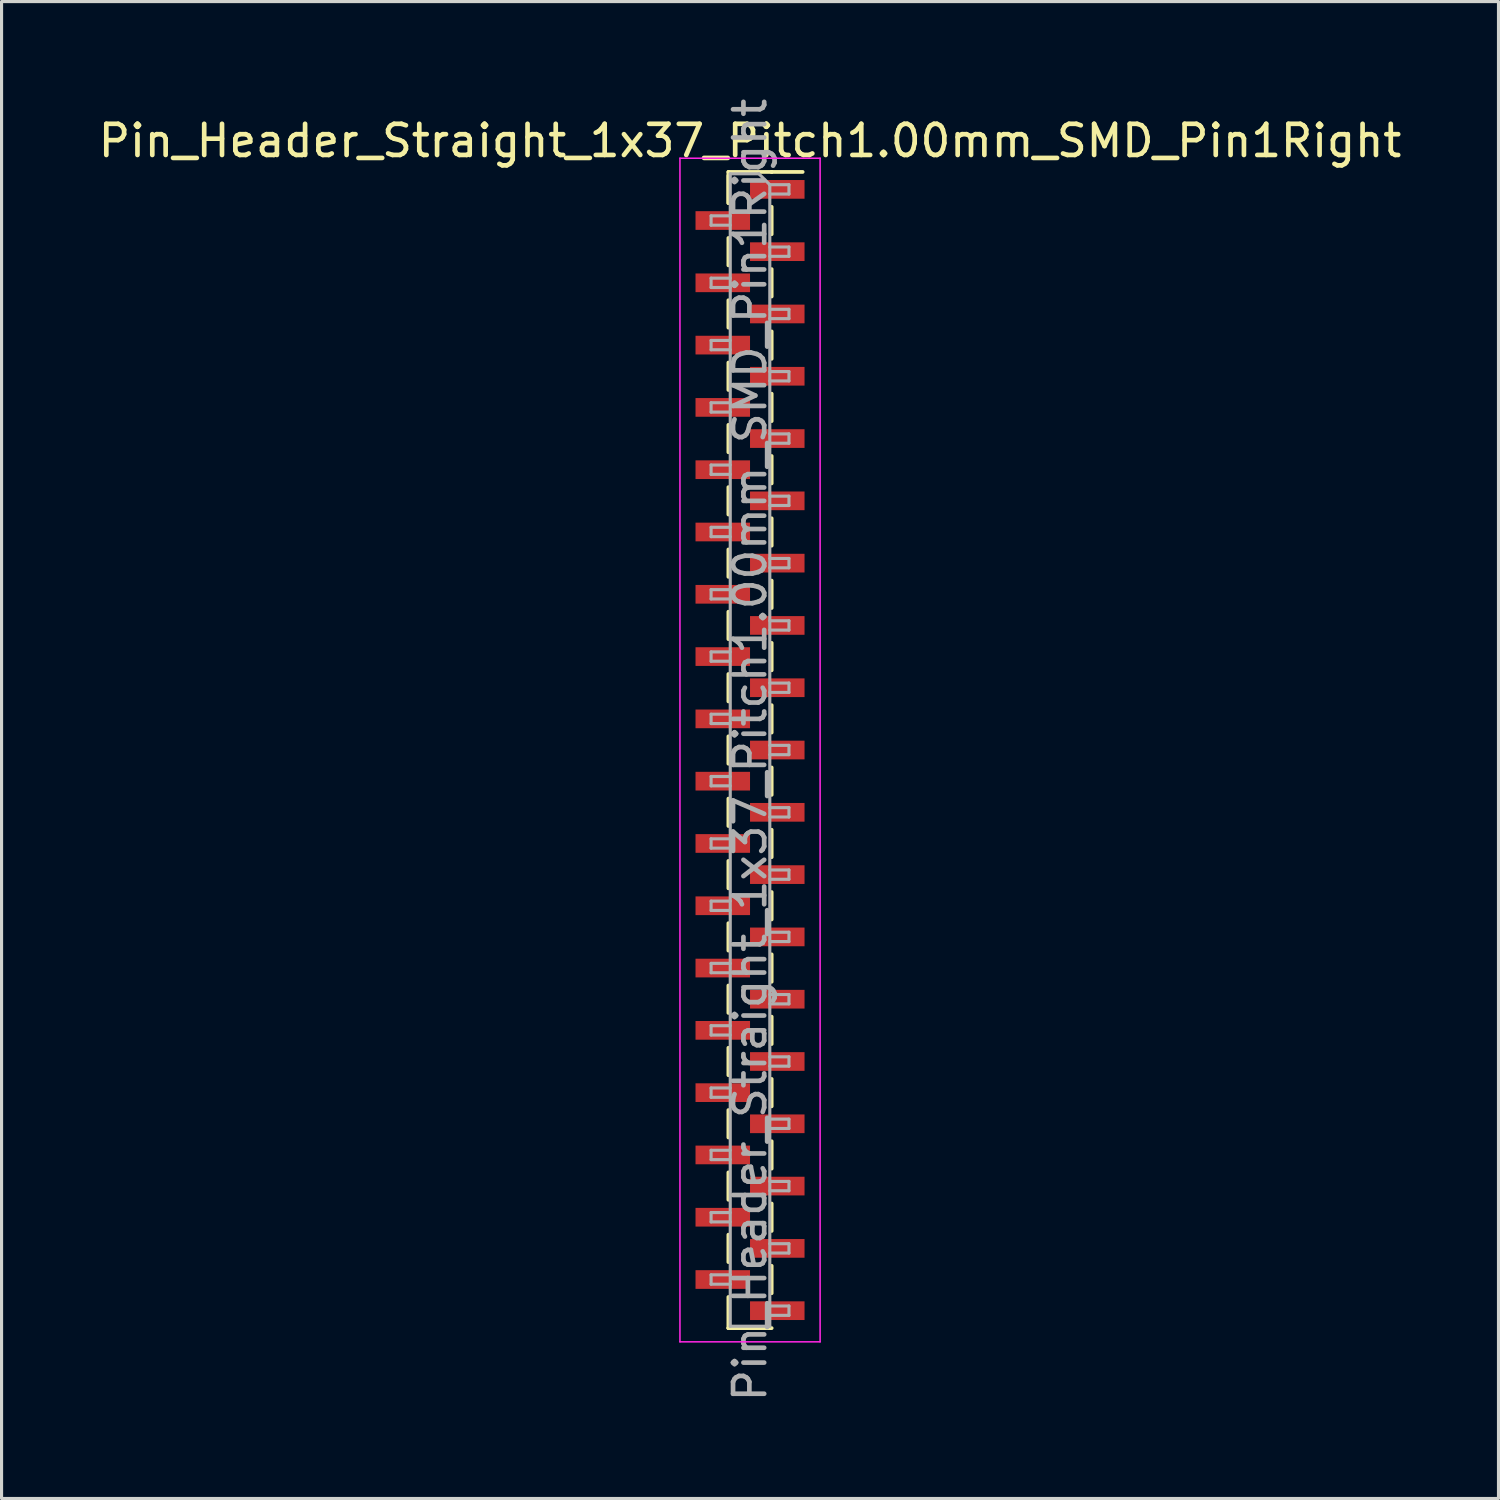
<source format=kicad_pcb>
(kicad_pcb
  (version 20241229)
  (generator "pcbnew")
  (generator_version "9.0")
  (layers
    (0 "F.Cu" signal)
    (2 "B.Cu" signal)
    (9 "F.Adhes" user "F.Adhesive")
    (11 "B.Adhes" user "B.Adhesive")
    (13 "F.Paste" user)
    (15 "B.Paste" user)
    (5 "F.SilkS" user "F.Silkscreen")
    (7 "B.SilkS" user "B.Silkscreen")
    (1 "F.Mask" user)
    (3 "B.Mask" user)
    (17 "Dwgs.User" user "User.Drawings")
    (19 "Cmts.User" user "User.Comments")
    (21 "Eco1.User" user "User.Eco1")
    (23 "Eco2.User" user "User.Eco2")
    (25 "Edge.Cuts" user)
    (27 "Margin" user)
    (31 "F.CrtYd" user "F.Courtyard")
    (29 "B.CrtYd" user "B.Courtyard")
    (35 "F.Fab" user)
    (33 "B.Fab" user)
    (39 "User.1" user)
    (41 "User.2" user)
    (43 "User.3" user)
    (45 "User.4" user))
  (footprint "Pin_Header_Straight_1x37_Pitch1.00mm_SMD_Pin1Right"
    (layer "F.Cu")
    (at 21.03 21.03)
    (property "Reference" "Pin_Header_Straight_1x37_Pitch1.00mm_SMD_Pin1Right" (at 0 -19.56 0) (layer "F.SilkS") (effects (font (size 1 1) (thickness 0.15))))
    (attr smd)
    (fp_line (start -0.695 -18.56) (end -0.695 -17.56) (stroke (width 0.12) (type solid)) (layer "F.SilkS"))
    (fp_line (start -0.695 -18.56) (end 0.695 -18.56) (stroke (width 0.12) (type solid)) (layer "F.SilkS"))
    (fp_line (start -0.695 -18.44) (end -0.695 -17.56) (stroke (width 0.12) (type solid)) (layer "F.SilkS"))
    (fp_line (start -0.695 -16.44) (end -0.695 -15.56) (stroke (width 0.12) (type solid)) (layer "F.SilkS"))
    (fp_line (start -0.695 -14.44) (end -0.695 -13.56) (stroke (width 0.12) (type solid)) (layer "F.SilkS"))
    (fp_line (start -0.695 -12.44) (end -0.695 -11.56) (stroke (width 0.12) (type solid)) (layer "F.SilkS"))
    (fp_line (start -0.695 -10.44) (end -0.695 -9.56) (stroke (width 0.12) (type solid)) (layer "F.SilkS"))
    (fp_line (start -0.695 -8.44) (end -0.695 -7.56) (stroke (width 0.12) (type solid)) (layer "F.SilkS"))
    (fp_line (start -0.695 -6.44) (end -0.695 -5.56) (stroke (width 0.12) (type solid)) (layer "F.SilkS"))
    (fp_line (start -0.695 -4.44) (end -0.695 -3.56) (stroke (width 0.12) (type solid)) (layer "F.SilkS"))
    (fp_line (start -0.695 -2.44) (end -0.695 -1.56) (stroke (width 0.12) (type solid)) (layer "F.SilkS"))
    (fp_line (start -0.695 -0.44) (end -0.695 0.44) (stroke (width 0.12) (type solid)) (layer "F.SilkS"))
    (fp_line (start -0.695 1.56) (end -0.695 2.44) (stroke (width 0.12) (type solid)) (layer "F.SilkS"))
    (fp_line (start -0.695 3.56) (end -0.695 4.44) (stroke (width 0.12) (type solid)) (layer "F.SilkS"))
    (fp_line (start -0.695 5.56) (end -0.695 6.44) (stroke (width 0.12) (type solid)) (layer "F.SilkS"))
    (fp_line (start -0.695 7.56) (end -0.695 8.44) (stroke (width 0.12) (type solid)) (layer "F.SilkS"))
    (fp_line (start -0.695 9.56) (end -0.695 10.44) (stroke (width 0.12) (type solid)) (layer "F.SilkS"))
    (fp_line (start -0.695 11.56) (end -0.695 12.44) (stroke (width 0.12) (type solid)) (layer "F.SilkS"))
    (fp_line (start -0.695 13.56) (end -0.695 14.44) (stroke (width 0.12) (type solid)) (layer "F.SilkS"))
    (fp_line (start -0.695 15.56) (end -0.695 16.44) (stroke (width 0.12) (type solid)) (layer "F.SilkS"))
    (fp_line (start -0.695 17.56) (end -0.695 18.56) (stroke (width 0.12) (type solid)) (layer "F.SilkS"))
    (fp_line (start -0.695 18.56) (end -0.695 18.56) (stroke (width 0.12) (type solid)) (layer "F.SilkS"))
    (fp_line (start -0.695 18.56) (end 0.695 18.56) (stroke (width 0.12) (type solid)) (layer "F.SilkS"))
    (fp_line (start 0.695 -18.56) (end 0.695 -18.56) (stroke (width 0.12) (type solid)) (layer "F.SilkS"))
    (fp_line (start 0.695 -18.56) (end 1.69 -18.56) (stroke (width 0.12) (type solid)) (layer "F.SilkS"))
    (fp_line (start 0.695 -17.44) (end 0.695 -16.56) (stroke (width 0.12) (type solid)) (layer "F.SilkS"))
    (fp_line (start 0.695 -15.44) (end 0.695 -14.56) (stroke (width 0.12) (type solid)) (layer "F.SilkS"))
    (fp_line (start 0.695 -13.44) (end 0.695 -12.56) (stroke (width 0.12) (type solid)) (layer "F.SilkS"))
    (fp_line (start 0.695 -11.44) (end 0.695 -10.56) (stroke (width 0.12) (type solid)) (layer "F.SilkS"))
    (fp_line (start 0.695 -9.44) (end 0.695 -8.56) (stroke (width 0.12) (type solid)) (layer "F.SilkS"))
    (fp_line (start 0.695 -7.44) (end 0.695 -6.56) (stroke (width 0.12) (type solid)) (layer "F.SilkS"))
    (fp_line (start 0.695 -5.44) (end 0.695 -4.56) (stroke (width 0.12) (type solid)) (layer "F.SilkS"))
    (fp_line (start 0.695 -3.44) (end 0.695 -2.56) (stroke (width 0.12) (type solid)) (layer "F.SilkS"))
    (fp_line (start 0.695 -1.44) (end 0.695 -0.56) (stroke (width 0.12) (type solid)) (layer "F.SilkS"))
    (fp_line (start 0.695 0.56) (end 0.695 1.44) (stroke (width 0.12) (type solid)) (layer "F.SilkS"))
    (fp_line (start 0.695 2.56) (end 0.695 3.44) (stroke (width 0.12) (type solid)) (layer "F.SilkS"))
    (fp_line (start 0.695 4.56) (end 0.695 5.44) (stroke (width 0.12) (type solid)) (layer "F.SilkS"))
    (fp_line (start 0.695 6.56) (end 0.695 7.44) (stroke (width 0.12) (type solid)) (layer "F.SilkS"))
    (fp_line (start 0.695 8.56) (end 0.695 9.44) (stroke (width 0.12) (type solid)) (layer "F.SilkS"))
    (fp_line (start 0.695 10.56) (end 0.695 11.44) (stroke (width 0.12) (type solid)) (layer "F.SilkS"))
    (fp_line (start 0.695 12.56) (end 0.695 13.44) (stroke (width 0.12) (type solid)) (layer "F.SilkS"))
    (fp_line (start 0.695 14.56) (end 0.695 15.44) (stroke (width 0.12) (type solid)) (layer "F.SilkS"))
    (fp_line (start 0.695 16.56) (end 0.695 17.44) (stroke (width 0.12) (type solid)) (layer "F.SilkS"))
    (fp_line (start -2.25 -19) (end -2.25 19) (stroke (width 0.05) (type solid)) (layer "F.CrtYd"))
    (fp_line (start -2.25 19) (end 2.25 19) (stroke (width 0.05) (type solid)) (layer "F.CrtYd"))
    (fp_line (start 2.25 -19) (end -2.25 -19) (stroke (width 0.05) (type solid)) (layer "F.CrtYd"))
    (fp_line (start 2.25 19) (end 2.25 -19) (stroke (width 0.05) (type solid)) (layer "F.CrtYd"))
    (fp_line (start -1.25 -17.15) (end -1.25 -16.85) (stroke (width 0.1) (type solid)) (layer "F.Fab"))
    (fp_line (start -1.25 -16.85) (end -0.635 -16.85) (stroke (width 0.1) (type solid)) (layer "F.Fab"))
    (fp_line (start -1.25 -15.15) (end -1.25 -14.85) (stroke (width 0.1) (type solid)) (layer "F.Fab"))
    (fp_line (start -1.25 -14.85) (end -0.635 -14.85) (stroke (width 0.1) (type solid)) (layer "F.Fab"))
    (fp_line (start -1.25 -13.15) (end -1.25 -12.85) (stroke (width 0.1) (type solid)) (layer "F.Fab"))
    (fp_line (start -1.25 -12.85) (end -0.635 -12.85) (stroke (width 0.1) (type solid)) (layer "F.Fab"))
    (fp_line (start -1.25 -11.15) (end -1.25 -10.85) (stroke (width 0.1) (type solid)) (layer "F.Fab"))
    (fp_line (start -1.25 -10.85) (end -0.635 -10.85) (stroke (width 0.1) (type solid)) (layer "F.Fab"))
    (fp_line (start -1.25 -9.15) (end -1.25 -8.85) (stroke (width 0.1) (type solid)) (layer "F.Fab"))
    (fp_line (start -1.25 -8.85) (end -0.635 -8.85) (stroke (width 0.1) (type solid)) (layer "F.Fab"))
    (fp_line (start -1.25 -7.15) (end -1.25 -6.85) (stroke (width 0.1) (type solid)) (layer "F.Fab"))
    (fp_line (start -1.25 -6.85) (end -0.635 -6.85) (stroke (width 0.1) (type solid)) (layer "F.Fab"))
    (fp_line (start -1.25 -5.15) (end -1.25 -4.85) (stroke (width 0.1) (type solid)) (layer "F.Fab"))
    (fp_line (start -1.25 -4.85) (end -0.635 -4.85) (stroke (width 0.1) (type solid)) (layer "F.Fab"))
    (fp_line (start -1.25 -3.15) (end -1.25 -2.85) (stroke (width 0.1) (type solid)) (layer "F.Fab"))
    (fp_line (start -1.25 -2.85) (end -0.635 -2.85) (stroke (width 0.1) (type solid)) (layer "F.Fab"))
    (fp_line (start -1.25 -1.15) (end -1.25 -0.85) (stroke (width 0.1) (type solid)) (layer "F.Fab"))
    (fp_line (start -1.25 -0.85) (end -0.635 -0.85) (stroke (width 0.1) (type solid)) (layer "F.Fab"))
    (fp_line (start -1.25 0.85) (end -1.25 1.15) (stroke (width 0.1) (type solid)) (layer "F.Fab"))
    (fp_line (start -1.25 1.15) (end -0.635 1.15) (stroke (width 0.1) (type solid)) (layer "F.Fab"))
    (fp_line (start -1.25 2.85) (end -1.25 3.15) (stroke (width 0.1) (type solid)) (layer "F.Fab"))
    (fp_line (start -1.25 3.15) (end -0.635 3.15) (stroke (width 0.1) (type solid)) (layer "F.Fab"))
    (fp_line (start -1.25 4.85) (end -1.25 5.15) (stroke (width 0.1) (type solid)) (layer "F.Fab"))
    (fp_line (start -1.25 5.15) (end -0.635 5.15) (stroke (width 0.1) (type solid)) (layer "F.Fab"))
    (fp_line (start -1.25 6.85) (end -1.25 7.15) (stroke (width 0.1) (type solid)) (layer "F.Fab"))
    (fp_line (start -1.25 7.15) (end -0.635 7.15) (stroke (width 0.1) (type solid)) (layer "F.Fab"))
    (fp_line (start -1.25 8.85) (end -1.25 9.15) (stroke (width 0.1) (type solid)) (layer "F.Fab"))
    (fp_line (start -1.25 9.15) (end -0.635 9.15) (stroke (width 0.1) (type solid)) (layer "F.Fab"))
    (fp_line (start -1.25 10.85) (end -1.25 11.15) (stroke (width 0.1) (type solid)) (layer "F.Fab"))
    (fp_line (start -1.25 11.15) (end -0.635 11.15) (stroke (width 0.1) (type solid)) (layer "F.Fab"))
    (fp_line (start -1.25 12.85) (end -1.25 13.15) (stroke (width 0.1) (type solid)) (layer "F.Fab"))
    (fp_line (start -1.25 13.15) (end -0.635 13.15) (stroke (width 0.1) (type solid)) (layer "F.Fab"))
    (fp_line (start -1.25 14.85) (end -1.25 15.15) (stroke (width 0.1) (type solid)) (layer "F.Fab"))
    (fp_line (start -1.25 15.15) (end -0.635 15.15) (stroke (width 0.1) (type solid)) (layer "F.Fab"))
    (fp_line (start -1.25 16.85) (end -1.25 17.15) (stroke (width 0.1) (type solid)) (layer "F.Fab"))
    (fp_line (start -1.25 17.15) (end -0.635 17.15) (stroke (width 0.1) (type solid)) (layer "F.Fab"))
    (fp_line (start -0.635 -18.5) (end -0.635 18.5) (stroke (width 0.1) (type solid)) (layer "F.Fab"))
    (fp_line (start -0.635 -18.5) (end 0.285 -18.5) (stroke (width 0.1) (type solid)) (layer "F.Fab"))
    (fp_line (start -0.635 -17.15) (end -1.25 -17.15) (stroke (width 0.1) (type solid)) (layer "F.Fab"))
    (fp_line (start -0.635 -15.15) (end -1.25 -15.15) (stroke (width 0.1) (type solid)) (layer "F.Fab"))
    (fp_line (start -0.635 -13.15) (end -1.25 -13.15) (stroke (width 0.1) (type solid)) (layer "F.Fab"))
    (fp_line (start -0.635 -11.15) (end -1.25 -11.15) (stroke (width 0.1) (type solid)) (layer "F.Fab"))
    (fp_line (start -0.635 -9.15) (end -1.25 -9.15) (stroke (width 0.1) (type solid)) (layer "F.Fab"))
    (fp_line (start -0.635 -7.15) (end -1.25 -7.15) (stroke (width 0.1) (type solid)) (layer "F.Fab"))
    (fp_line (start -0.635 -5.15) (end -1.25 -5.15) (stroke (width 0.1) (type solid)) (layer "F.Fab"))
    (fp_line (start -0.635 -3.15) (end -1.25 -3.15) (stroke (width 0.1) (type solid)) (layer "F.Fab"))
    (fp_line (start -0.635 -1.15) (end -1.25 -1.15) (stroke (width 0.1) (type solid)) (layer "F.Fab"))
    (fp_line (start -0.635 0.85) (end -1.25 0.85) (stroke (width 0.1) (type solid)) (layer "F.Fab"))
    (fp_line (start -0.635 2.85) (end -1.25 2.85) (stroke (width 0.1) (type solid)) (layer "F.Fab"))
    (fp_line (start -0.635 4.85) (end -1.25 4.85) (stroke (width 0.1) (type solid)) (layer "F.Fab"))
    (fp_line (start -0.635 6.85) (end -1.25 6.85) (stroke (width 0.1) (type solid)) (layer "F.Fab"))
    (fp_line (start -0.635 8.85) (end -1.25 8.85) (stroke (width 0.1) (type solid)) (layer "F.Fab"))
    (fp_line (start -0.635 10.85) (end -1.25 10.85) (stroke (width 0.1) (type solid)) (layer "F.Fab"))
    (fp_line (start -0.635 12.85) (end -1.25 12.85) (stroke (width 0.1) (type solid)) (layer "F.Fab"))
    (fp_line (start -0.635 14.85) (end -1.25 14.85) (stroke (width 0.1) (type solid)) (layer "F.Fab"))
    (fp_line (start -0.635 16.85) (end -1.25 16.85) (stroke (width 0.1) (type solid)) (layer "F.Fab"))
    (fp_line (start 0.635 -18.15) (end 0.285 -18.5) (stroke (width 0.1) (type solid)) (layer "F.Fab"))
    (fp_line (start 0.635 -18.15) (end 1.25 -18.15) (stroke (width 0.1) (type solid)) (layer "F.Fab"))
    (fp_line (start 0.635 -16.15) (end 1.25 -16.15) (stroke (width 0.1) (type solid)) (layer "F.Fab"))
    (fp_line (start 0.635 -14.15) (end 1.25 -14.15) (stroke (width 0.1) (type solid)) (layer "F.Fab"))
    (fp_line (start 0.635 -12.15) (end 1.25 -12.15) (stroke (width 0.1) (type solid)) (layer "F.Fab"))
    (fp_line (start 0.635 -10.15) (end 1.25 -10.15) (stroke (width 0.1) (type solid)) (layer "F.Fab"))
    (fp_line (start 0.635 -8.15) (end 1.25 -8.15) (stroke (width 0.1) (type solid)) (layer "F.Fab"))
    (fp_line (start 0.635 -6.15) (end 1.25 -6.15) (stroke (width 0.1) (type solid)) (layer "F.Fab"))
    (fp_line (start 0.635 -4.15) (end 1.25 -4.15) (stroke (width 0.1) (type solid)) (layer "F.Fab"))
    (fp_line (start 0.635 -2.15) (end 1.25 -2.15) (stroke (width 0.1) (type solid)) (layer "F.Fab"))
    (fp_line (start 0.635 -0.15) (end 1.25 -0.15) (stroke (width 0.1) (type solid)) (layer "F.Fab"))
    (fp_line (start 0.635 1.85) (end 1.25 1.85) (stroke (width 0.1) (type solid)) (layer "F.Fab"))
    (fp_line (start 0.635 3.85) (end 1.25 3.85) (stroke (width 0.1) (type solid)) (layer "F.Fab"))
    (fp_line (start 0.635 5.85) (end 1.25 5.85) (stroke (width 0.1) (type solid)) (layer "F.Fab"))
    (fp_line (start 0.635 7.85) (end 1.25 7.85) (stroke (width 0.1) (type solid)) (layer "F.Fab"))
    (fp_line (start 0.635 9.85) (end 1.25 9.85) (stroke (width 0.1) (type solid)) (layer "F.Fab"))
    (fp_line (start 0.635 11.85) (end 1.25 11.85) (stroke (width 0.1) (type solid)) (layer "F.Fab"))
    (fp_line (start 0.635 13.85) (end 1.25 13.85) (stroke (width 0.1) (type solid)) (layer "F.Fab"))
    (fp_line (start 0.635 15.85) (end 1.25 15.85) (stroke (width 0.1) (type solid)) (layer "F.Fab"))
    (fp_line (start 0.635 17.85) (end 1.25 17.85) (stroke (width 0.1) (type solid)) (layer "F.Fab"))
    (fp_line (start 0.635 18.5) (end -0.635 18.5) (stroke (width 0.1) (type solid)) (layer "F.Fab"))
    (fp_line (start 0.635 18.5) (end 0.635 -18.15) (stroke (width 0.1) (type solid)) (layer "F.Fab"))
    (fp_line (start 1.25 -18.15) (end 1.25 -17.85) (stroke (width 0.1) (type solid)) (layer "F.Fab"))
    (fp_line (start 1.25 -17.85) (end 0.635 -17.85) (stroke (width 0.1) (type solid)) (layer "F.Fab"))
    (fp_line (start 1.25 -16.15) (end 1.25 -15.85) (stroke (width 0.1) (type solid)) (layer "F.Fab"))
    (fp_line (start 1.25 -15.85) (end 0.635 -15.85) (stroke (width 0.1) (type solid)) (layer "F.Fab"))
    (fp_line (start 1.25 -14.15) (end 1.25 -13.85) (stroke (width 0.1) (type solid)) (layer "F.Fab"))
    (fp_line (start 1.25 -13.85) (end 0.635 -13.85) (stroke (width 0.1) (type solid)) (layer "F.Fab"))
    (fp_line (start 1.25 -12.15) (end 1.25 -11.85) (stroke (width 0.1) (type solid)) (layer "F.Fab"))
    (fp_line (start 1.25 -11.85) (end 0.635 -11.85) (stroke (width 0.1) (type solid)) (layer "F.Fab"))
    (fp_line (start 1.25 -10.15) (end 1.25 -9.85) (stroke (width 0.1) (type solid)) (layer "F.Fab"))
    (fp_line (start 1.25 -9.85) (end 0.635 -9.85) (stroke (width 0.1) (type solid)) (layer "F.Fab"))
    (fp_line (start 1.25 -8.15) (end 1.25 -7.85) (stroke (width 0.1) (type solid)) (layer "F.Fab"))
    (fp_line (start 1.25 -7.85) (end 0.635 -7.85) (stroke (width 0.1) (type solid)) (layer "F.Fab"))
    (fp_line (start 1.25 -6.15) (end 1.25 -5.85) (stroke (width 0.1) (type solid)) (layer "F.Fab"))
    (fp_line (start 1.25 -5.85) (end 0.635 -5.85) (stroke (width 0.1) (type solid)) (layer "F.Fab"))
    (fp_line (start 1.25 -4.15) (end 1.25 -3.85) (stroke (width 0.1) (type solid)) (layer "F.Fab"))
    (fp_line (start 1.25 -3.85) (end 0.635 -3.85) (stroke (width 0.1) (type solid)) (layer "F.Fab"))
    (fp_line (start 1.25 -2.15) (end 1.25 -1.85) (stroke (width 0.1) (type solid)) (layer "F.Fab"))
    (fp_line (start 1.25 -1.85) (end 0.635 -1.85) (stroke (width 0.1) (type solid)) (layer "F.Fab"))
    (fp_line (start 1.25 -0.15) (end 1.25 0.15) (stroke (width 0.1) (type solid)) (layer "F.Fab"))
    (fp_line (start 1.25 0.15) (end 0.635 0.15) (stroke (width 0.1) (type solid)) (layer "F.Fab"))
    (fp_line (start 1.25 1.85) (end 1.25 2.15) (stroke (width 0.1) (type solid)) (layer "F.Fab"))
    (fp_line (start 1.25 2.15) (end 0.635 2.15) (stroke (width 0.1) (type solid)) (layer "F.Fab"))
    (fp_line (start 1.25 3.85) (end 1.25 4.15) (stroke (width 0.1) (type solid)) (layer "F.Fab"))
    (fp_line (start 1.25 4.15) (end 0.635 4.15) (stroke (width 0.1) (type solid)) (layer "F.Fab"))
    (fp_line (start 1.25 5.85) (end 1.25 6.15) (stroke (width 0.1) (type solid)) (layer "F.Fab"))
    (fp_line (start 1.25 6.15) (end 0.635 6.15) (stroke (width 0.1) (type solid)) (layer "F.Fab"))
    (fp_line (start 1.25 7.85) (end 1.25 8.15) (stroke (width 0.1) (type solid)) (layer "F.Fab"))
    (fp_line (start 1.25 8.15) (end 0.635 8.15) (stroke (width 0.1) (type solid)) (layer "F.Fab"))
    (fp_line (start 1.25 9.85) (end 1.25 10.15) (stroke (width 0.1) (type solid)) (layer "F.Fab"))
    (fp_line (start 1.25 10.15) (end 0.635 10.15) (stroke (width 0.1) (type solid)) (layer "F.Fab"))
    (fp_line (start 1.25 11.85) (end 1.25 12.15) (stroke (width 0.1) (type solid)) (layer "F.Fab"))
    (fp_line (start 1.25 12.15) (end 0.635 12.15) (stroke (width 0.1) (type solid)) (layer "F.Fab"))
    (fp_line (start 1.25 13.85) (end 1.25 14.15) (stroke (width 0.1) (type solid)) (layer "F.Fab"))
    (fp_line (start 1.25 14.15) (end 0.635 14.15) (stroke (width 0.1) (type solid)) (layer "F.Fab"))
    (fp_line (start 1.25 15.85) (end 1.25 16.15) (stroke (width 0.1) (type solid)) (layer "F.Fab"))
    (fp_line (start 1.25 16.15) (end 0.635 16.15) (stroke (width 0.1) (type solid)) (layer "F.Fab"))
    (fp_line (start 1.25 17.85) (end 1.25 18.15) (stroke (width 0.1) (type solid)) (layer "F.Fab"))
    (fp_line (start 1.25 18.15) (end 0.635 18.15) (stroke (width 0.1) (type solid)) (layer "F.Fab"))
    (fp_text user "${REFERENCE}" (at 0 0 90) (layer "F.Fab") (effects (font (size 1 1) (thickness 0.15))))
    (pad "1" smd rect (at 0.875 -18) (size 1.75 0.6) (layers "F.Cu" "F.Mask" "F.Paste"))
    (pad "2" smd rect (at -0.875 -17) (size 1.75 0.6) (layers "F.Cu" "F.Mask" "F.Paste"))
    (pad "3" smd rect (at 0.875 -16) (size 1.75 0.6) (layers "F.Cu" "F.Mask" "F.Paste"))
    (pad "4" smd rect (at -0.875 -15) (size 1.75 0.6) (layers "F.Cu" "F.Mask" "F.Paste"))
    (pad "5" smd rect (at 0.875 -14) (size 1.75 0.6) (layers "F.Cu" "F.Mask" "F.Paste"))
    (pad "6" smd rect (at -0.875 -13) (size 1.75 0.6) (layers "F.Cu" "F.Mask" "F.Paste"))
    (pad "7" smd rect (at 0.875 -12) (size 1.75 0.6) (layers "F.Cu" "F.Mask" "F.Paste"))
    (pad "8" smd rect (at -0.875 -11) (size 1.75 0.6) (layers "F.Cu" "F.Mask" "F.Paste"))
    (pad "9" smd rect (at 0.875 -10) (size 1.75 0.6) (layers "F.Cu" "F.Mask" "F.Paste"))
    (pad "10" smd rect (at -0.875 -9) (size 1.75 0.6) (layers "F.Cu" "F.Mask" "F.Paste"))
    (pad "11" smd rect (at 0.875 -8) (size 1.75 0.6) (layers "F.Cu" "F.Mask" "F.Paste"))
    (pad "12" smd rect (at -0.875 -7) (size 1.75 0.6) (layers "F.Cu" "F.Mask" "F.Paste"))
    (pad "13" smd rect (at 0.875 -6) (size 1.75 0.6) (layers "F.Cu" "F.Mask" "F.Paste"))
    (pad "14" smd rect (at -0.875 -5) (size 1.75 0.6) (layers "F.Cu" "F.Mask" "F.Paste"))
    (pad "15" smd rect (at 0.875 -4) (size 1.75 0.6) (layers "F.Cu" "F.Mask" "F.Paste"))
    (pad "16" smd rect (at -0.875 -3) (size 1.75 0.6) (layers "F.Cu" "F.Mask" "F.Paste"))
    (pad "17" smd rect (at 0.875 -2) (size 1.75 0.6) (layers "F.Cu" "F.Mask" "F.Paste"))
    (pad "18" smd rect (at -0.875 -1) (size 1.75 0.6) (layers "F.Cu" "F.Mask" "F.Paste"))
    (pad "19" smd rect (at 0.875 0) (size 1.75 0.6) (layers "F.Cu" "F.Mask" "F.Paste"))
    (pad "20" smd rect (at -0.875 1) (size 1.75 0.6) (layers "F.Cu" "F.Mask" "F.Paste"))
    (pad "21" smd rect (at 0.875 2) (size 1.75 0.6) (layers "F.Cu" "F.Mask" "F.Paste"))
    (pad "22" smd rect (at -0.875 3) (size 1.75 0.6) (layers "F.Cu" "F.Mask" "F.Paste"))
    (pad "23" smd rect (at 0.875 4) (size 1.75 0.6) (layers "F.Cu" "F.Mask" "F.Paste"))
    (pad "24" smd rect (at -0.875 5) (size 1.75 0.6) (layers "F.Cu" "F.Mask" "F.Paste"))
    (pad "25" smd rect (at 0.875 6) (size 1.75 0.6) (layers "F.Cu" "F.Mask" "F.Paste"))
    (pad "26" smd rect (at -0.875 7) (size 1.75 0.6) (layers "F.Cu" "F.Mask" "F.Paste"))
    (pad "27" smd rect (at 0.875 8) (size 1.75 0.6) (layers "F.Cu" "F.Mask" "F.Paste"))
    (pad "28" smd rect (at -0.875 9) (size 1.75 0.6) (layers "F.Cu" "F.Mask" "F.Paste"))
    (pad "29" smd rect (at 0.875 10) (size 1.75 0.6) (layers "F.Cu" "F.Mask" "F.Paste"))
    (pad "30" smd rect (at -0.875 11) (size 1.75 0.6) (layers "F.Cu" "F.Mask" "F.Paste"))
    (pad "31" smd rect (at 0.875 12) (size 1.75 0.6) (layers "F.Cu" "F.Mask" "F.Paste"))
    (pad "32" smd rect (at -0.875 13) (size 1.75 0.6) (layers "F.Cu" "F.Mask" "F.Paste"))
    (pad "33" smd rect (at 0.875 14) (size 1.75 0.6) (layers "F.Cu" "F.Mask" "F.Paste"))
    (pad "34" smd rect (at -0.875 15) (size 1.75 0.6) (layers "F.Cu" "F.Mask" "F.Paste"))
    (pad "35" smd rect (at 0.875 16) (size 1.75 0.6) (layers "F.Cu" "F.Mask" "F.Paste"))
    (pad "36" smd rect (at -0.875 17) (size 1.75 0.6) (layers "F.Cu" "F.Mask" "F.Paste"))
    (pad "37" smd rect (at 0.875 18) (size 1.75 0.6) (layers "F.Cu" "F.Mask" "F.Paste")))
  (gr_rect
    (start -3 -3)
    (end 45.06 45.06)
    (stroke (width 0.1) (type default))
    (fill no)
    (layer "Edge.Cuts")))
</source>
